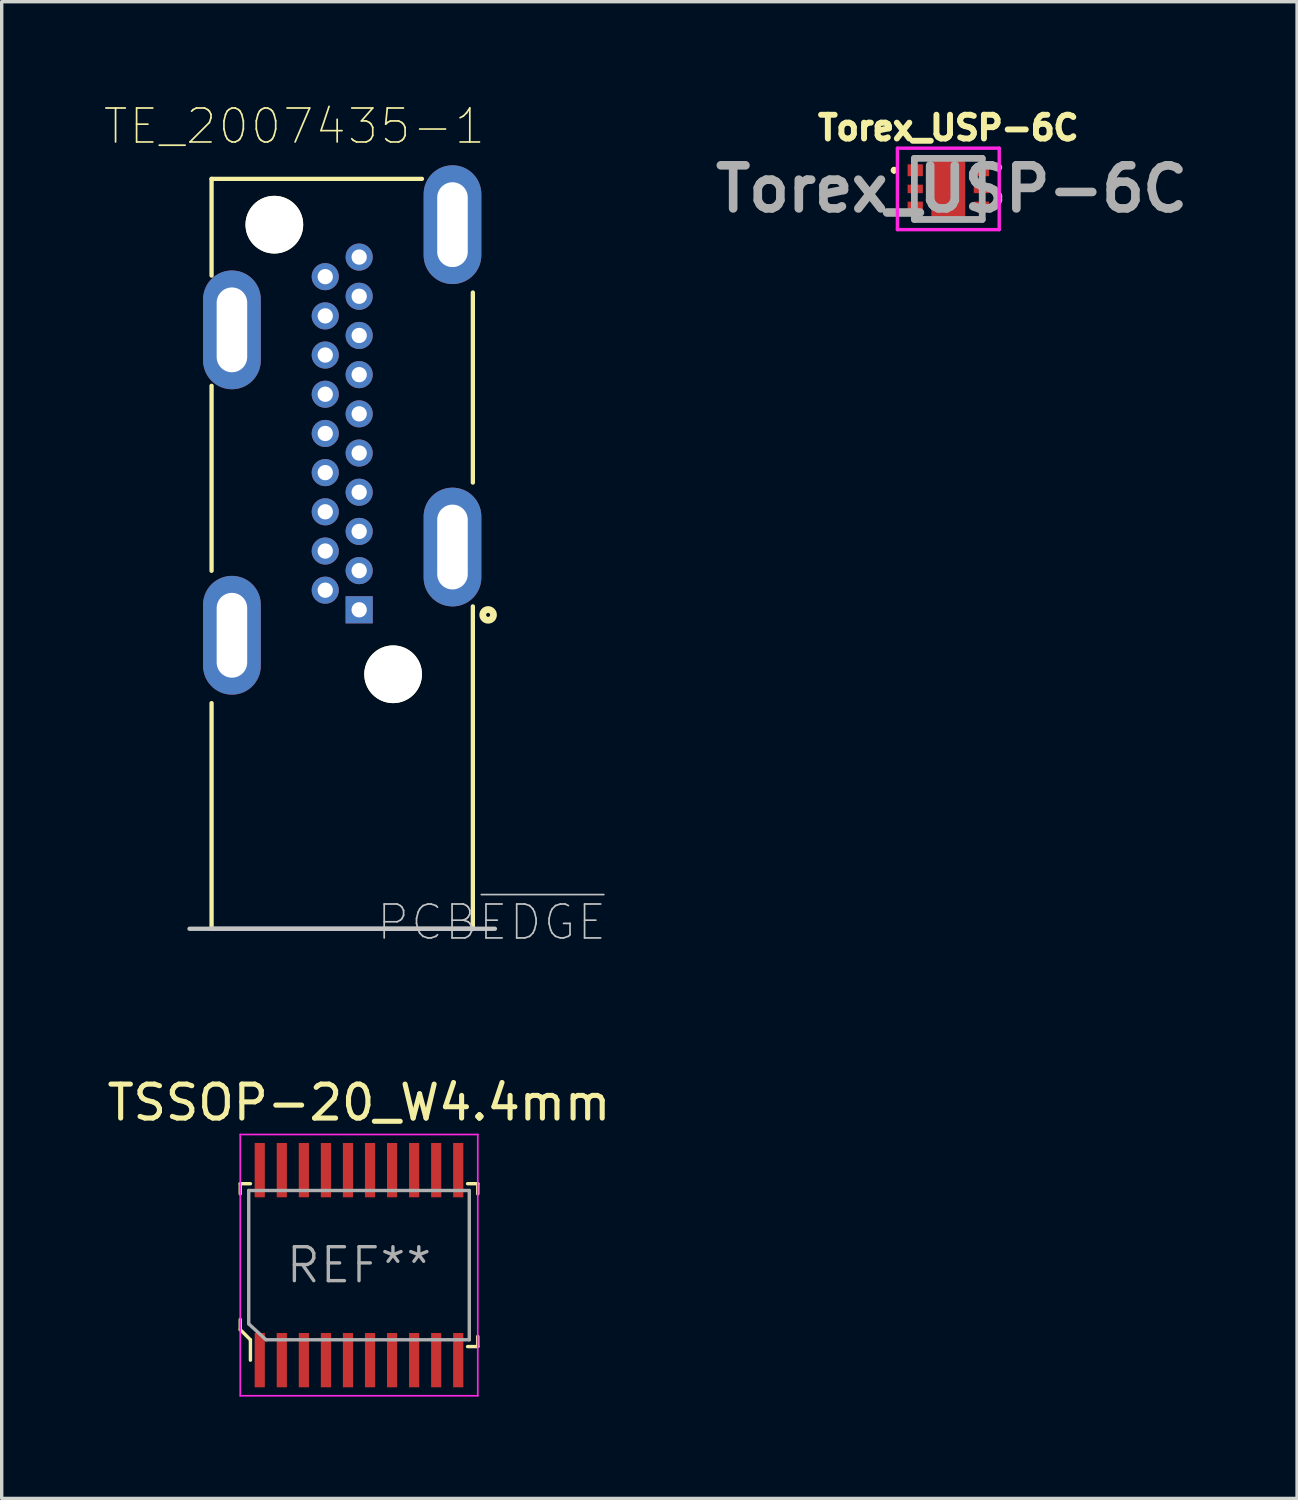
<source format=kicad_pcb>
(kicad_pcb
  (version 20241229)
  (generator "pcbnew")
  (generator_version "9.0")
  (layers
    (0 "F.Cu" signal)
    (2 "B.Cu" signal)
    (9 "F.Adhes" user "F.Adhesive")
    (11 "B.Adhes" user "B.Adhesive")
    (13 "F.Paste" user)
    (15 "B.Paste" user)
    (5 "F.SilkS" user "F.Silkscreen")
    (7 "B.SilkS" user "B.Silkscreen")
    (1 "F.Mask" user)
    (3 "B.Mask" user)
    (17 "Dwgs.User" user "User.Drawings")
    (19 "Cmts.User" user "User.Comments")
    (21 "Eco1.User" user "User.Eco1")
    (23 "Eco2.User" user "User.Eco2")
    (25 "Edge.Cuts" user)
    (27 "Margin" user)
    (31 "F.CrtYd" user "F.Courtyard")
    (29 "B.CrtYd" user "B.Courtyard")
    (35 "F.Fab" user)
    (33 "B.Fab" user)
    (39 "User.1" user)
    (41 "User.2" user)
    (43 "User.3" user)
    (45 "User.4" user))
  (footprint "TSSOP-20_W4.4mm"
    (layer "F.Cu")
    (at 7.53 34.234)
    (property "Reference" "TSSOP-20_W4.4mm" (at 0 -4.79 0) (layer "F.SilkS") (effects (font (size 1 1) (thickness 0.15))))
    (attr smd)
    (fp_line (start -3.5 -2.4) (end -3.5 -2.1) (stroke (width 0.1) (type solid)) (layer "F.SilkS"))
    (fp_line (start -3.5 1.6) (end -3.5 1.9) (stroke (width 0.1) (type solid)) (layer "F.SilkS"))
    (fp_line (start -3.5 1.9) (end -3.2 2.2) (stroke (width 0.1) (type solid)) (layer "F.SilkS"))
    (fp_line (start -3.2 -2.4) (end -3.5 -2.4) (stroke (width 0.1) (type solid)) (layer "F.SilkS"))
    (fp_line (start -3.2 2.2) (end -3.2 2.8) (stroke (width 0.1) (type solid)) (layer "F.SilkS"))
    (fp_line (start 3.2 -2.4) (end 3.5 -2.4) (stroke (width 0.1) (type solid)) (layer "F.SilkS"))
    (fp_line (start 3.5 -2.4) (end 3.5 -2.1) (stroke (width 0.1) (type solid)) (layer "F.SilkS"))
    (fp_line (start 3.5 2.4) (end 3.2 2.4) (stroke (width 0.1) (type solid)) (layer "F.SilkS"))
    (fp_line (start 3.5 2.4) (end 3.5 2.1) (stroke (width 0.1) (type solid)) (layer "F.SilkS"))
    (fp_line (start -3.5 -3.85) (end -3.5 3.85) (stroke (width 0.05) (type solid)) (layer "F.CrtYd"))
    (fp_line (start -3.5 -3.85) (end 3.5 -3.85) (stroke (width 0.05) (type solid)) (layer "F.CrtYd"))
    (fp_line (start -3.5 3.85) (end 3.5 3.85) (stroke (width 0.05) (type solid)) (layer "F.CrtYd"))
    (fp_line (start 3.5 -3.85) (end 3.5 3.85) (stroke (width 0.05) (type solid)) (layer "F.CrtYd"))
    (fp_line (start -3.25 -2.2) (end -3.25 1.73) (stroke (width 0.1) (type solid)) (layer "F.Fab"))
    (fp_line (start -3.25 -2.2) (end 3.25 -2.2) (stroke (width 0.1) (type solid)) (layer "F.Fab"))
    (fp_line (start -3.24 1.74) (end -2.74 2.2) (stroke (width 0.1) (type solid)) (layer "F.Fab"))
    (fp_line (start 3.25 -2.2) (end 3.25 2.2) (stroke (width 0.1) (type solid)) (layer "F.Fab"))
    (fp_line (start 3.25 2.2) (end -2.73 2.2) (stroke (width 0.1) (type solid)) (layer "F.Fab"))
    (fp_text user "REF**" (at 0 0 0) (layer "F.Fab") (effects (font (size 1 1) (thickness 0.1))))
    (pad "1" smd rect (at -2.925 2.8) (size 0.3 1.6) (layers "F.Cu" "F.Mask" "F.Paste"))
    (pad "2" smd rect (at -2.275 2.8) (size 0.3 1.6) (layers "F.Cu" "F.Mask" "F.Paste"))
    (pad "3" smd rect (at -1.625 2.8) (size 0.3 1.6) (layers "F.Cu" "F.Mask" "F.Paste"))
    (pad "4" smd rect (at -0.975 2.8) (size 0.3 1.6) (layers "F.Cu" "F.Mask" "F.Paste"))
    (pad "5" smd rect (at -0.325 2.8) (size 0.3 1.6) (layers "F.Cu" "F.Mask" "F.Paste"))
    (pad "6" smd rect (at 0.325 2.8) (size 0.3 1.6) (layers "F.Cu" "F.Mask" "F.Paste"))
    (pad "7" smd rect (at 0.975 2.8) (size 0.3 1.6) (layers "F.Cu" "F.Mask" "F.Paste"))
    (pad "8" smd rect (at 1.625 2.8) (size 0.3 1.6) (layers "F.Cu" "F.Mask" "F.Paste"))
    (pad "9" smd rect (at 2.275 2.8) (size 0.3 1.6) (layers "F.Cu" "F.Mask" "F.Paste"))
    (pad "10" smd rect (at 2.925 2.8) (size 0.3 1.6) (layers "F.Cu" "F.Mask" "F.Paste"))
    (pad "11" smd rect (at 2.925 -2.8) (size 0.3 1.6) (layers "F.Cu" "F.Mask" "F.Paste"))
    (pad "12" smd rect (at 2.275 -2.8) (size 0.3 1.6) (layers "F.Cu" "F.Mask" "F.Paste"))
    (pad "13" smd rect (at 1.625 -2.8) (size 0.3 1.6) (layers "F.Cu" "F.Mask" "F.Paste"))
    (pad "14" smd rect (at 0.975 -2.8) (size 0.3 1.6) (layers "F.Cu" "F.Mask" "F.Paste"))
    (pad "15" smd rect (at 0.325 -2.8) (size 0.3 1.6) (layers "F.Cu" "F.Mask" "F.Paste"))
    (pad "16" smd rect (at -0.325 -2.8) (size 0.3 1.6) (layers "F.Cu" "F.Mask" "F.Paste"))
    (pad "17" smd rect (at -0.975 -2.8) (size 0.3 1.6) (layers "F.Cu" "F.Mask" "F.Paste"))
    (pad "18" smd rect (at -1.625 -2.8) (size 0.3 1.6) (layers "F.Cu" "F.Mask" "F.Paste"))
    (pad "19" smd rect (at -2.275 -2.8) (size 0.3 1.6) (layers "F.Cu" "F.Mask" "F.Paste"))
    (pad "20" smd rect (at -2.925 -2.8) (size 0.3 1.6) (layers "F.Cu" "F.Mask" "F.Paste")))
  (footprint "TE_2007435-1"
    (layer "F.Cu")
    (at 7.535 14.921)
    (property "Reference" "TE_2007435-1" (at -1.912 -14.248 0) (layer "F.SilkS") (effects (font (size 1.001 1.001) (thickness 0.05))))
    (attr through_hole)
    (fp_line (start -4.35 -12.7) (end -4.35 -9.85) (stroke (width 0.127) (type solid)) (layer "F.SilkS"))
    (fp_line (start -4.35 -12.7) (end 1.85 -12.7) (stroke (width 0.127) (type solid)) (layer "F.SilkS"))
    (fp_line (start -4.35 -6.6) (end -4.35 -1.15) (stroke (width 0.127) (type solid)) (layer "F.SilkS"))
    (fp_line (start -4.35 2.75) (end -4.35 9.4) (stroke (width 0.127) (type solid)) (layer "F.SilkS"))
    (fp_line (start 3.35 -9.35) (end 3.35 -3.75) (stroke (width 0.127) (type solid)) (layer "F.SilkS"))
    (fp_line (start 3.35 9.4) (end 3.35 -0.1) (stroke (width 0.127) (type solid)) (layer "F.SilkS"))
    (fp_circle (center 3.8 0.15) (end 3.958 0.15) (stroke (width 0.2) (type solid)) (fill no) (layer "F.SilkS"))
    (fp_line (start -5 9.4) (end 4 9.4) (stroke (width 0.127) (type solid)) (layer "Dwgs.User"))
    (fp_line (start -4.35 9.4) (end 3.35 9.4) (stroke (width 0.127) (type solid)) (layer "Dwgs.User"))
    (fp_line (start -4.7 -13.1) (end -4.7 -8.1) (stroke (width 0.05) (type solid)) (layer "Eco1.User"))
    (fp_line (start -4.7 -8.1) (end -4.7 10.65) (stroke (width 0.05) (type solid)) (layer "Eco1.User"))
    (fp_line (start -4.7 10.65) (end 3.75 10.65) (stroke (width 0.05) (type solid)) (layer "Eco1.User"))
    (fp_line (start 2.75 -13.1) (end -4.7 -13.1) (stroke (width 0.05) (type solid)) (layer "Eco1.User"))
    (fp_line (start 3.75 -13.1) (end 2.75 -13.1) (stroke (width 0.05) (type solid)) (layer "Eco1.User"))
    (fp_line (start 3.75 -1.7) (end 3.75 -13.1) (stroke (width 0.05) (type solid)) (layer "Eco1.User"))
    (fp_line (start 3.75 10.65) (end 3.75 -1.7) (stroke (width 0.05) (type solid)) (layer "Eco1.User"))
    (fp_line (start -4.35 -12.7) (end 3.35 -12.7) (stroke (width 0.127) (type solid)) (layer "Eco2.User"))
    (fp_line (start -4.35 10.4) (end -4.35 -12.7) (stroke (width 0.127) (type solid)) (layer "Eco2.User"))
    (fp_line (start -4.35 10.4) (end 3.35 10.4) (stroke (width 0.127) (type solid)) (layer "Eco2.User"))
    (fp_line (start 3.35 -12.7) (end 3.35 10.4) (stroke (width 0.127) (type solid)) (layer "Eco2.User"))
    (fp_text user "PCB~{EDGE}" (at 3.904 9.21 0) (layer "Dwgs.User") (effects (font (size 1 1) (thickness 0.05))))
    (pad "" np_thru_hole circle (at -2.5 -11.35) (size 1.7 1.7) (drill 1.7) (layers "*.Cu" "*.Mask" "F.SilkS"))
    (pad "" np_thru_hole circle (at 1 1.9) (size 1.7 1.7) (drill 1.7) (layers "*.Cu" "*.Mask" "F.SilkS"))
    (pad "1" thru_hole rect (at 0 0) (size 0.8 0.8) (drill 0.45) (layers "*.Cu" "*.Mask"))
    (pad "2" thru_hole circle (at -1 -0.578) (size 0.8 0.8) (drill 0.45) (layers "*.Cu" "*.Mask"))
    (pad "3" thru_hole circle (at 0 -1.155) (size 0.8 0.8) (drill 0.45) (layers "*.Cu" "*.Mask"))
    (pad "4" thru_hole circle (at -1 -1.732) (size 0.8 0.8) (drill 0.45) (layers "*.Cu" "*.Mask"))
    (pad "5" thru_hole circle (at 0 -2.31) (size 0.8 0.8) (drill 0.45) (layers "*.Cu" "*.Mask"))
    (pad "6" thru_hole circle (at -1 -2.888) (size 0.8 0.8) (drill 0.45) (layers "*.Cu" "*.Mask"))
    (pad "7" thru_hole circle (at 0 -3.465) (size 0.8 0.8) (drill 0.45) (layers "*.Cu" "*.Mask"))
    (pad "8" thru_hole circle (at -1 -4.043) (size 0.8 0.8) (drill 0.45) (layers "*.Cu" "*.Mask"))
    (pad "9" thru_hole circle (at 0 -4.62) (size 0.8 0.8) (drill 0.45) (layers "*.Cu" "*.Mask"))
    (pad "10" thru_hole circle (at -1 -5.197) (size 0.8 0.8) (drill 0.45) (layers "*.Cu" "*.Mask"))
    (pad "11" thru_hole circle (at 0 -5.775) (size 0.8 0.8) (drill 0.45) (layers "*.Cu" "*.Mask"))
    (pad "12" thru_hole circle (at -1 -6.353) (size 0.8 0.8) (drill 0.45) (layers "*.Cu" "*.Mask"))
    (pad "13" thru_hole circle (at 0 -6.93) (size 0.8 0.8) (drill 0.45) (layers "*.Cu" "*.Mask"))
    (pad "14" thru_hole circle (at -1 -7.508) (size 0.8 0.8) (drill 0.45) (layers "*.Cu" "*.Mask"))
    (pad "15" thru_hole circle (at 0 -8.085) (size 0.8 0.8) (drill 0.45) (layers "*.Cu" "*.Mask"))
    (pad "16" thru_hole circle (at -1 -8.662) (size 0.8 0.8) (drill 0.45) (layers "*.Cu" "*.Mask"))
    (pad "17" thru_hole circle (at 0 -9.24) (size 0.8 0.8) (drill 0.45) (layers "*.Cu" "*.Mask"))
    (pad "18" thru_hole circle (at -1 -9.818) (size 0.8 0.8) (drill 0.45) (layers "*.Cu" "*.Mask"))
    (pad "19" thru_hole circle (at 0 -10.395) (size 0.8 0.8) (drill 0.45) (layers "*.Cu" "*.Mask"))
    (pad "SH" thru_hole oval (at -3.75 -8.25 90) (size 3.5 1.7) (drill oval 2.5 0.9) (layers "*.Cu" "*.Mask"))
    (pad "SH" thru_hole oval (at -3.75 0.75 90) (size 3.5 1.7) (drill oval 2.5 0.9) (layers "*.Cu" "*.Mask"))
    (pad "SH" thru_hole oval (at 2.75 -11.35 90) (size 3.5 1.7) (drill oval 2.5 0.9) (layers "*.Cu" "*.Mask"))
    (pad "SH" thru_hole oval (at 2.75 -1.85 90) (size 3.5 1.7) (drill oval 2.5 0.9) (layers "*.Cu" "*.Mask")))
  (footprint "Torex_USP-6C"
    (layer "F.Cu")
    (at 24.897 2.517)
    (property "Reference" "Torex_USP-6C" (at 0 -1.8 0) (layer "F.SilkS") (effects (font (size 0.7 0.7) (thickness 0.254))))
    (attr smd)
    (fp_line (start -1.6 -0.6) (end -1.6 -0.6) (stroke (width 0.1) (type solid)) (layer "F.SilkS"))
    (fp_line (start -1.6 -0.5) (end -1.6 -0.5) (stroke (width 0.1) (type solid)) (layer "F.SilkS"))
    (fp_arc (start -1.6 -0.6) (mid -1.55 -0.55) (end -1.6 -0.5) (stroke (width 0.1) (type solid)) (layer "F.SilkS"))
    (fp_arc (start -1.6 -0.5) (mid -1.65 -0.55) (end -1.6 -0.6) (stroke (width 0.1) (type solid)) (layer "F.SilkS"))
    (fp_rect (start -0.4 -0.7) (end 0.4 -0.2) (stroke (width 0.01) (type solid)) (fill yes) (layer "F.Paste"))
    (fp_rect (start -0.4 0.2) (end 0.4 0.7) (stroke (width 0.01) (type solid)) (fill yes) (layer "F.Paste"))
    (fp_line (start -1.5 -1.2) (end 1.5 -1.2) (stroke (width 0.1) (type solid)) (layer "F.CrtYd"))
    (fp_line (start -1.5 1.2) (end -1.5 -1.2) (stroke (width 0.1) (type solid)) (layer "F.CrtYd"))
    (fp_line (start 1.5 -1.2) (end 1.5 1.2) (stroke (width 0.1) (type solid)) (layer "F.CrtYd"))
    (fp_line (start 1.5 1.2) (end -1.5 1.2) (stroke (width 0.1) (type solid)) (layer "F.CrtYd"))
    (fp_line (start -1 -0.9) (end 1 -0.9) (stroke (width 0.2) (type solid)) (layer "F.Fab"))
    (fp_line (start -1 0.9) (end -1 -0.9) (stroke (width 0.2) (type solid)) (layer "F.Fab"))
    (fp_line (start 1 -0.9) (end 1 0.9) (stroke (width 0.2) (type solid)) (layer "F.Fab"))
    (fp_line (start 1 0.9) (end -1 0.9) (stroke (width 0.2) (type solid)) (layer "F.Fab"))
    (fp_text user "${REFERENCE}" (at 0.1 0 0) (layer "F.Fab") (effects (font (size 1.27 1.27) (thickness 0.254))))
    (pad "1" smd rect (at -0.975 -0.55 90) (size 0.35 0.45) (layers "F.Cu" "F.Mask" "F.Paste"))
    (pad "2" smd rect (at -0.975 0 90) (size 0.25 0.45) (layers "F.Cu" "F.Mask" "F.Paste"))
    (pad "3" smd rect (at -0.975 0.5 90) (size 0.25 0.45) (layers "F.Cu" "F.Mask" "F.Paste"))
    (pad "4" smd rect (at 0.975 0.5 90) (size 0.25 0.45) (layers "F.Cu" "F.Mask" "F.Paste"))
    (pad "5" smd rect (at 0.975 0 90) (size 0.25 0.45) (layers "F.Cu" "F.Mask" "F.Paste"))
    (pad "6" smd rect (at 0.975 -0.5 90) (size 0.25 0.45) (layers "F.Cu" "F.Mask" "F.Paste"))
    (pad "7" smd rect (at 0 0) (size 1 1.6) (layers "F.Cu" "F.Mask"))
    (pad "7" smd rect (at 0 0 90) (size 1.8 0.9) (layers "F.Cu" "F.Mask")))
  (gr_rect
    (start -3 -3)
    (end 35.175 41.109)
    (stroke (width 0.1) (type default))
    (fill no)
    (layer "Edge.Cuts")))
</source>
